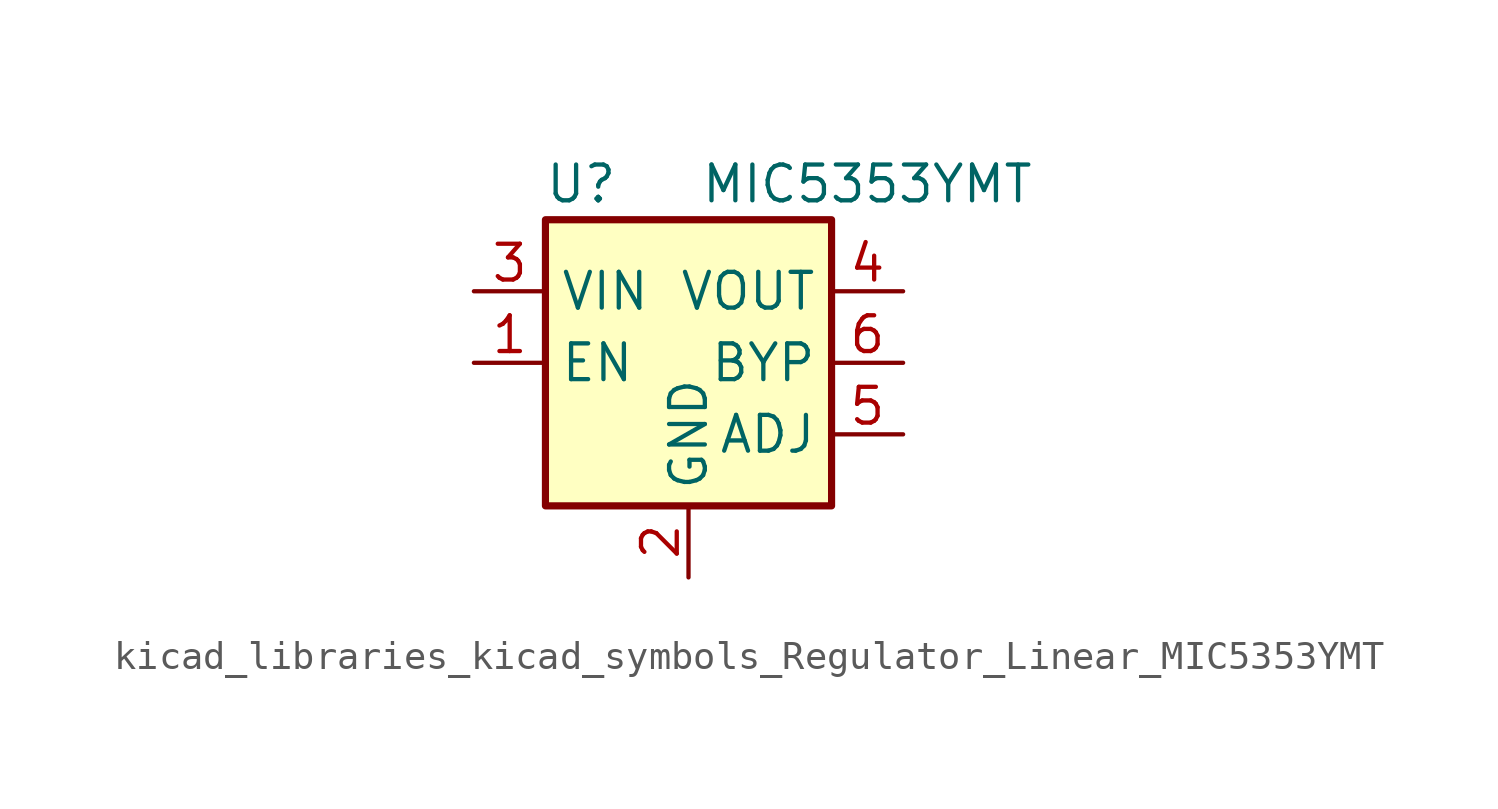
<source format=kicad_sym>
(kicad_symbol_lib
  (version 20220914)
  (generator kicad_symbol_editor)
  (symbol "kicad_libraries_kicad_symbols_Regulator_Linear_MIC5353YMT"
    (property "Reference" "U"
      (at -3.81 6.35 0)
      (effects (font (size 1.27 1.27))))
    (property "Value" "MIC5353YMT"
      (at 6.35 6.35 0)
      (effects (font (size 1.27 1.27))))
    (symbol "kicad_libraries_kicad_symbols_Regulator_Linear_MIC5353YMT_0_1"
      (rectangle (start -5.08 -5.08) (end 5.08 5.08) (stroke (width 0.254) (type default)) (fill (type background)))
      (pin input line (at -7.62 0 0) (length 2.54) (name "EN" (effects (font (size 1.27 1.27)))) (number "1" (effects (font (size 1.27 1.27)))))
      (pin power_in line (at 0 -7.62 90) (length 2.54) (name "GND" (effects (font (size 1.27 1.27)))) (number "2" (effects (font (size 1.27 1.27)))))
      (pin power_in line (at -7.62 2.54 0) (length 2.54) (name "VIN" (effects (font (size 1.27 1.27)))) (number "3" (effects (font (size 1.27 1.27)))))
      (pin power_out line (at 7.62 2.54 180) (length 2.54) (name "VOUT" (effects (font (size 1.27 1.27)))) (number "4" (effects (font (size 1.27 1.27)))))
      (pin input line (at 7.62 -2.54 180) (length 2.54) (name "ADJ" (effects (font (size 1.27 1.27)))) (number "5" (effects (font (size 1.27 1.27)))))
      (pin passive line (at 7.62 0 180) (length 2.54) (name "BYP" (effects (font (size 1.27 1.27)))) (number "6" (effects (font (size 1.27 1.27)))))
      (pin passive line (at 0 -7.62 90) (length 2.54) hide (name "GND" (effects (font (size 1.27 1.27)))) (number "7" (effects (font (size 1.27 1.27))))))))
</source>
